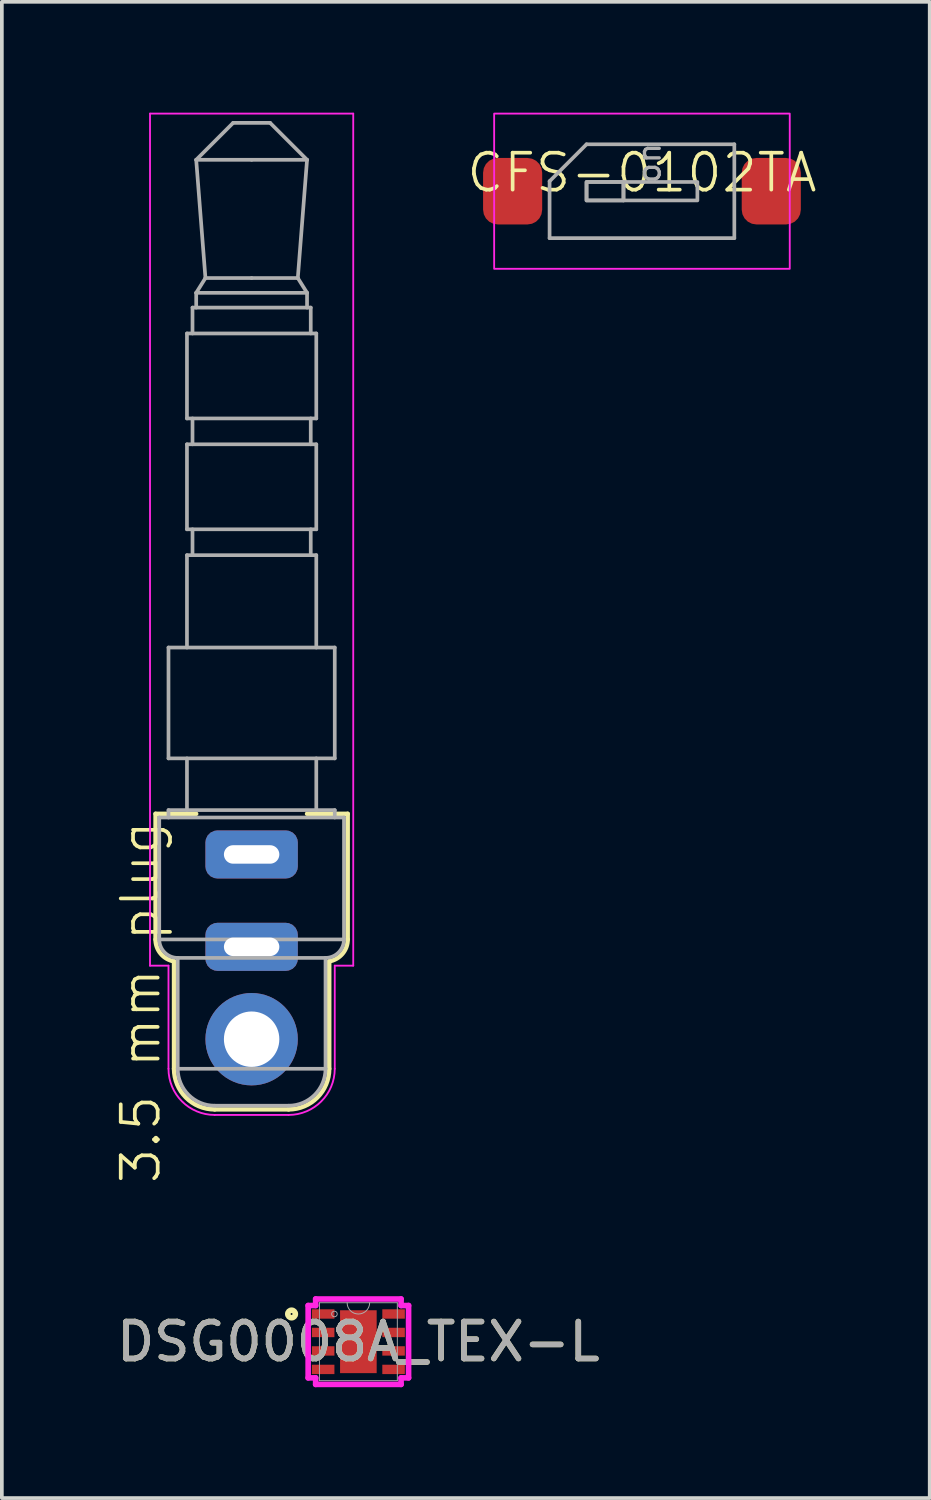
<source format=kicad_pcb>
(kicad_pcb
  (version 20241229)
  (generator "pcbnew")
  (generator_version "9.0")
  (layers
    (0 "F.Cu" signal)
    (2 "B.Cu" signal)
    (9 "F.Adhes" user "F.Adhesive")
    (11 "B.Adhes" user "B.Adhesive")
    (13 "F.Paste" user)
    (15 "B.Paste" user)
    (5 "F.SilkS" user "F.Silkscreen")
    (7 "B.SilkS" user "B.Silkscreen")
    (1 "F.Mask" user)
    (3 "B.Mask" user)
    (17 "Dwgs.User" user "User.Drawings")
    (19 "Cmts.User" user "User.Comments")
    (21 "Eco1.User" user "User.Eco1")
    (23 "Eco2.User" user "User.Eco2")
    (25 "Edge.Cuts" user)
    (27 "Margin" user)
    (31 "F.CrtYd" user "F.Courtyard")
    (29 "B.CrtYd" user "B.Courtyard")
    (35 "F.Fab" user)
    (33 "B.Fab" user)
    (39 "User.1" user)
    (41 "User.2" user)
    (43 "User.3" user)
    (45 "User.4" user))
  (footprint "CFS-0102TA"
    (layer "F.Cu")
    (at 14.324 2.125)
    (property "Reference" "CFS-0102TA" (at 0 -0.5 0) (unlocked yes) (layer "F.SilkS") (effects (font (size 1 1) (thickness 0.1))))
    (attr smd)
    (fp_rect (start -4 -2.1) (end 4 2.1) (stroke (width 0.05) (type solid)) (fill no) (layer "F.CrtYd"))
    (fp_line (start -2.5 -0.27) (end -1.5 -1.27) (stroke (width 0.1) (type solid)) (layer "F.Fab"))
    (fp_line (start -2.5 1.27) (end -2.5 -0.27) (stroke (width 0.1) (type solid)) (layer "F.Fab"))
    (fp_line (start -1.5 -1.27) (end 2.5 -1.27) (stroke (width 0.1) (type solid)) (layer "F.Fab"))
    (fp_line (start -0.5 -0.25) (end -0.5 0.25) (stroke (width 0.1) (type solid)) (layer "F.Fab"))
    (fp_line (start 2.5 -1.27) (end 2.5 1.27) (stroke (width 0.1) (type solid)) (layer "F.Fab"))
    (fp_line (start 2.5 1.27) (end -2.5 1.27) (stroke (width 0.1) (type solid)) (layer "F.Fab"))
    (fp_rect (start -1.5 -0.25) (end -0.5 0.25) (stroke (width 0.1) (type solid)) (fill no) (layer "F.Fab"))
    (fp_rect (start -1.5 -0.25) (end 1.5 0.25) (stroke (width 0.1) (type solid)) (fill no) (layer "F.Fab"))
    (fp_text user "on" (at 0.195 -0.76 270) (layer "F.Fab") (effects (font (size 0.6 0.6) (thickness 0.09))))
    (pad "1" smd roundrect (at -3.5 0) (size 1.6 1.8) (layers "F.Cu" "F.Mask" "F.Paste") (roundrect_rratio 0.25))
    (pad "2" smd roundrect (at 3.5 0) (size 1.6 1.8) (layers "F.Cu" "F.Mask" "F.Paste") (roundrect_rratio 0.25)))
  (footprint "3.5 mm plug"
    (layer "F.Cu")
    (at 3.76 19.075)
    (property "Reference" "3.5 mm plug" (at -3 5 90) (unlocked yes) (layer "F.SilkS") (effects (font (size 1 1) (thickness 0.1))))
    (attr smd)
    (fp_line (start -2.6 -0.1) (end -1.5 -0.1) (stroke (width 0.12) (type solid)) (layer "F.SilkS"))
    (fp_line (start -2.6 3.3) (end -2.6 -0.1) (stroke (width 0.12) (type solid)) (layer "F.SilkS"))
    (fp_line (start -2.1 6.8) (end -2.1 3.892) (stroke (width 0.12) (type solid)) (layer "F.SilkS"))
    (fp_line (start 1 7.9) (end -1 7.9) (stroke (width 0.12) (type solid)) (layer "F.SilkS"))
    (fp_line (start 1.5 -0.1) (end 2.6 -0.1) (stroke (width 0.12) (type solid)) (layer "F.SilkS"))
    (fp_line (start 2.1 3.892) (end 2.1 6.8) (stroke (width 0.12) (type solid)) (layer "F.SilkS"))
    (fp_line (start 2.6 -0.1) (end 2.6 3.3) (stroke (width 0.12) (type solid)) (layer "F.SilkS"))
    (fp_arc (start -2.1 3.891608) (mid -2.458258 3.687298) (end -2.6 3.3) (stroke (width 0.12) (type solid)) (layer "F.SilkS"))
    (fp_arc (start -1 7.9) (mid -1.777817 7.577817) (end -2.1 6.8) (stroke (width 0.12) (type solid)) (layer "F.SilkS"))
    (fp_arc (start 2.1 6.8) (mid 1.777817 7.577817) (end 1 7.9) (stroke (width 0.12) (type solid)) (layer "F.SilkS"))
    (fp_arc (start 2.6 3.3) (mid 2.458258 3.687298) (end 2.1 3.891608) (stroke (width 0.12) (type solid)) (layer "F.SilkS"))
    (fp_line (start -2.75 -19.05) (end 2.75 -19.05) (stroke (width 0.05) (type solid)) (layer "F.CrtYd"))
    (fp_line (start -2.75 4.01) (end -2.75 -19.05) (stroke (width 0.05) (type solid)) (layer "F.CrtYd"))
    (fp_line (start -2.75 4.01) (end -2.25 4.01) (stroke (width 0.05) (type solid)) (layer "F.CrtYd"))
    (fp_line (start -2.25 6.8) (end -2.25 4.01) (stroke (width 0.05) (type solid)) (layer "F.CrtYd"))
    (fp_line (start 1 8.05) (end -1 8.05) (stroke (width 0.05) (type solid)) (layer "F.CrtYd"))
    (fp_line (start 2.25 4.01) (end 2.25 6.8) (stroke (width 0.05) (type solid)) (layer "F.CrtYd"))
    (fp_line (start 2.25 4.01) (end 2.75 4.01) (stroke (width 0.05) (type solid)) (layer "F.CrtYd"))
    (fp_line (start 2.75 -19.05) (end 2.75 4.01) (stroke (width 0.05) (type solid)) (layer "F.CrtYd"))
    (fp_arc (start -1 8.05) (mid -1.883883 7.683883) (end -2.25 6.8) (stroke (width 0.05) (type solid)) (layer "F.CrtYd"))
    (fp_arc (start 2.25 6.8) (mid 1.883883 7.683883) (end 1 8.05) (stroke (width 0.05) (type solid)) (layer "F.CrtYd"))
    (fp_line (start -2.5 0) (end 2.5 0) (stroke (width 0.1) (type solid)) (layer "F.Fab"))
    (fp_line (start -2.5 3.3) (end -2.5 0) (stroke (width 0.1) (type solid)) (layer "F.Fab"))
    (fp_line (start -2.5 3.3) (end 2.5 3.3) (stroke (width 0.1) (type solid)) (layer "F.Fab"))
    (fp_line (start -2.25 -4.6) (end -2.25 -1.6) (stroke (width 0.1) (type solid)) (layer "F.Fab"))
    (fp_line (start -2.25 -0.2) (end -2.25 0) (stroke (width 0.1) (type solid)) (layer "F.Fab"))
    (fp_line (start -2 3.8) (end 2 3.8) (stroke (width 0.1) (type solid)) (layer "F.Fab"))
    (fp_line (start -2 6.8) (end -2 3.8) (stroke (width 0.1) (type solid)) (layer "F.Fab"))
    (fp_line (start -2 6.8) (end 2 6.8) (stroke (width 0.1) (type solid)) (layer "F.Fab"))
    (fp_line (start -1.75 -13.1) (end -1.75 -10.8) (stroke (width 0.1) (type solid)) (layer "F.Fab"))
    (fp_line (start -1.75 -13.1) (end 1.75 -13.1) (stroke (width 0.1) (type solid)) (layer "F.Fab"))
    (fp_line (start -1.75 -10.8) (end 1.75 -10.8) (stroke (width 0.1) (type solid)) (layer "F.Fab"))
    (fp_line (start -1.75 -10.1) (end -1.75 -7.8) (stroke (width 0.1) (type solid)) (layer "F.Fab"))
    (fp_line (start -1.75 -10.1) (end 1.75 -10.1) (stroke (width 0.1) (type solid)) (layer "F.Fab"))
    (fp_line (start -1.75 -7.8) (end 1.75 -7.8) (stroke (width 0.1) (type solid)) (layer "F.Fab"))
    (fp_line (start -1.75 -7.1) (end -1.75 -4.6) (stroke (width 0.1) (type solid)) (layer "F.Fab"))
    (fp_line (start -1.75 -7.1) (end 1.75 -7.1) (stroke (width 0.1) (type solid)) (layer "F.Fab"))
    (fp_line (start -1.75 -1.6) (end -1.75 -0.2) (stroke (width 0.1) (type solid)) (layer "F.Fab"))
    (fp_line (start -1.6 -13.8) (end -1.6 -13.1) (stroke (width 0.1) (type solid)) (layer "F.Fab"))
    (fp_line (start -1.6 -13.8) (end 1.6 -13.8) (stroke (width 0.1) (type solid)) (layer "F.Fab"))
    (fp_line (start -1.6 -10.8) (end -1.6 -10.1) (stroke (width 0.1) (type solid)) (layer "F.Fab"))
    (fp_line (start -1.6 -7.8) (end -1.6 -7.1) (stroke (width 0.1) (type solid)) (layer "F.Fab"))
    (fp_line (start -1.5 -17.8) (end -1.25 -14.6) (stroke (width 0.1) (type solid)) (layer "F.Fab"))
    (fp_line (start -1.5 -14.2) (end -1.5 -13.8) (stroke (width 0.1) (type solid)) (layer "F.Fab"))
    (fp_line (start -1.5 -14.2) (end 1.5 -14.2) (stroke (width 0.1) (type solid)) (layer "F.Fab"))
    (fp_line (start -1.25 -14.6) (end -1.5 -14.2) (stroke (width 0.1) (type solid)) (layer "F.Fab"))
    (fp_line (start -0.5 -18.8) (end -1.5 -17.8) (stroke (width 0.1) (type solid)) (layer "F.Fab"))
    (fp_line (start 0 -17.8) (end -1.5 -17.8) (stroke (width 0.1) (type solid)) (layer "F.Fab"))
    (fp_line (start 0 -14.6) (end -1.25 -14.6) (stroke (width 0.1) (type solid)) (layer "F.Fab"))
    (fp_line (start 0.5 -18.8) (end -0.5 -18.8) (stroke (width 0.1) (type solid)) (layer "F.Fab"))
    (fp_line (start 1 7.8) (end -1 7.8) (stroke (width 0.1) (type solid)) (layer "F.Fab"))
    (fp_line (start 1.25 -14.6) (end 0 -14.6) (stroke (width 0.1) (type solid)) (layer "F.Fab"))
    (fp_line (start 1.25 -14.6) (end 1.5 -17.8) (stroke (width 0.1) (type solid)) (layer "F.Fab"))
    (fp_line (start 1.5 -17.8) (end 0 -17.8) (stroke (width 0.1) (type solid)) (layer "F.Fab"))
    (fp_line (start 1.5 -17.8) (end 0.5 -18.8) (stroke (width 0.1) (type solid)) (layer "F.Fab"))
    (fp_line (start 1.5 -14.2) (end 1.25 -14.6) (stroke (width 0.1) (type solid)) (layer "F.Fab"))
    (fp_line (start 1.5 -13.8) (end 1.5 -14.2) (stroke (width 0.1) (type solid)) (layer "F.Fab"))
    (fp_line (start 1.6 -13.1) (end 1.6 -13.8) (stroke (width 0.1) (type solid)) (layer "F.Fab"))
    (fp_line (start 1.6 -10.1) (end 1.6 -10.8) (stroke (width 0.1) (type solid)) (layer "F.Fab"))
    (fp_line (start 1.6 -7.1) (end 1.6 -7.8) (stroke (width 0.1) (type solid)) (layer "F.Fab"))
    (fp_line (start 1.75 -10.8) (end 1.75 -13.1) (stroke (width 0.1) (type solid)) (layer "F.Fab"))
    (fp_line (start 1.75 -7.8) (end 1.75 -10.1) (stroke (width 0.1) (type solid)) (layer "F.Fab"))
    (fp_line (start 1.75 -4.6) (end 1.75 -7.1) (stroke (width 0.1) (type solid)) (layer "F.Fab"))
    (fp_line (start 1.75 -0.2) (end 1.75 -1.6) (stroke (width 0.1) (type solid)) (layer "F.Fab"))
    (fp_line (start 2 3.8) (end 2 6.8) (stroke (width 0.1) (type solid)) (layer "F.Fab"))
    (fp_line (start 2.25 -4.6) (end -2.25 -4.6) (stroke (width 0.1) (type solid)) (layer "F.Fab"))
    (fp_line (start 2.25 -1.6) (end -2.25 -1.6) (stroke (width 0.1) (type solid)) (layer "F.Fab"))
    (fp_line (start 2.25 -1.6) (end 2.25 -4.6) (stroke (width 0.1) (type solid)) (layer "F.Fab"))
    (fp_line (start 2.25 -0.2) (end -2.25 -0.2) (stroke (width 0.1) (type solid)) (layer "F.Fab"))
    (fp_line (start 2.25 0) (end 2.25 -0.2) (stroke (width 0.1) (type solid)) (layer "F.Fab"))
    (fp_line (start 2.5 0) (end 2.5 3.3) (stroke (width 0.1) (type solid)) (layer "F.Fab"))
    (fp_arc (start -2 3.8) (mid -2.353553 3.653553) (end -2.5 3.3) (stroke (width 0.1) (type solid)) (layer "F.Fab"))
    (fp_arc (start -1 7.8) (mid -1.707107 7.507107) (end -2 6.8) (stroke (width 0.1) (type solid)) (layer "F.Fab"))
    (fp_arc (start 2 6.8) (mid 1.707107 7.507107) (end 1 7.8) (stroke (width 0.1) (type solid)) (layer "F.Fab"))
    (fp_arc (start 2.5 3.3) (mid 2.353553 3.653553) (end 2 3.8) (stroke (width 0.1) (type solid)) (layer "F.Fab"))
    (pad "R" thru_hole roundrect (at 0 3.5) (size 2.5 1.3) (drill oval 1.5 0.5) (layers "*.Cu" "*.Mask") (roundrect_rratio 0.25))
    (pad "S" thru_hole roundrect (at 0 1) (size 2.5 1.3) (drill oval 1.5 0.5) (layers "*.Cu" "*.Mask") (roundrect_rratio 0.25))
    (pad "T" thru_hole circle (at 0 6) (size 2.5 2.5) (drill 1.5) (layers "*.Cu" "*.Mask")))
  (footprint "DSG0008A_TEX-L"
    (layer "F.Cu")
    (at 6.649 33.262)
    (property "Reference" "DSG0008A_TEX-L" (at 0 0 0) (unlocked yes) (layer "F.SilkS") (effects (font (size 1 1) (thickness 0.15))))
    (attr smd)
    (fp_circle (center -1.808 -0.75) (end -1.706 -0.75) (stroke (width 0.152) (type solid)) (fill no) (layer "F.SilkS"))
    (fp_line (start -1.359 -0.979) (end -1.156 -0.979) (stroke (width 0.152) (type solid)) (layer "F.CrtYd"))
    (fp_line (start -1.359 0.979) (end -1.359 -0.979) (stroke (width 0.152) (type solid)) (layer "F.CrtYd"))
    (fp_line (start -1.359 0.979) (end -1.156 0.979) (stroke (width 0.152) (type solid)) (layer "F.CrtYd"))
    (fp_line (start -1.156 -1.156) (end 1.156 -1.156) (stroke (width 0.152) (type solid)) (layer "F.CrtYd"))
    (fp_line (start -1.156 -0.979) (end -1.156 -1.156) (stroke (width 0.152) (type solid)) (layer "F.CrtYd"))
    (fp_line (start -1.156 1.156) (end -1.156 0.979) (stroke (width 0.152) (type solid)) (layer "F.CrtYd"))
    (fp_line (start 1.156 -1.156) (end 1.156 -0.979) (stroke (width 0.152) (type solid)) (layer "F.CrtYd"))
    (fp_line (start 1.156 0.979) (end 1.156 1.156) (stroke (width 0.152) (type solid)) (layer "F.CrtYd"))
    (fp_line (start 1.156 1.156) (end -1.156 1.156) (stroke (width 0.152) (type solid)) (layer "F.CrtYd"))
    (fp_line (start 1.359 -0.979) (end 1.156 -0.979) (stroke (width 0.152) (type solid)) (layer "F.CrtYd"))
    (fp_line (start 1.359 -0.979) (end 1.359 0.979) (stroke (width 0.152) (type solid)) (layer "F.CrtYd"))
    (fp_line (start 1.359 0.979) (end 1.156 0.979) (stroke (width 0.152) (type solid)) (layer "F.CrtYd"))
    (fp_line (start -1.054 -1.054) (end -1.054 1.054) (stroke (width 0.025) (type solid)) (layer "F.Fab"))
    (fp_line (start -1.054 1.054) (end 1.054 1.054) (stroke (width 0.025) (type solid)) (layer "F.Fab"))
    (fp_line (start 1.054 -1.054) (end -1.054 -1.054) (stroke (width 0.025) (type solid)) (layer "F.Fab"))
    (fp_line (start 1.054 1.054) (end 1.054 -1.054) (stroke (width 0.025) (type solid)) (layer "F.Fab"))
    (fp_arc (start 0.3048 -1.0541) (mid 0 -0.7493) (end -0.3048 -1.0541) (stroke (width 0.0254) (type solid)) (layer "F.Fab"))
    (fp_circle (center -0.648 -0.75) (end -0.572 -0.75) (stroke (width 0.025) (type solid)) (fill no) (layer "F.Fab"))
    (fp_text user "${REFERENCE}" (at 0 0 0) (unlocked yes) (layer "F.Fab") (effects (font (size 1 1) (thickness 0.15))))
    (pad "1" smd rect (at -0.953 -0.75) (size 0.61 0.254) (layers "F.Cu" "F.Mask" "F.Paste"))
    (pad "2" smd rect (at -0.953 -0.25) (size 0.61 0.254) (layers "F.Cu" "F.Mask" "F.Paste"))
    (pad "3" smd rect (at -0.953 0.25) (size 0.61 0.254) (layers "F.Cu" "F.Mask" "F.Paste"))
    (pad "4" smd rect (at -0.953 0.75) (size 0.61 0.254) (layers "F.Cu" "F.Mask" "F.Paste"))
    (pad "5" smd rect (at 0.953 0.75) (size 0.61 0.254) (layers "F.Cu" "F.Mask" "F.Paste"))
    (pad "6" smd rect (at 0.953 0.25) (size 0.61 0.254) (layers "F.Cu" "F.Mask" "F.Paste"))
    (pad "7" smd rect (at 0.953 -0.25) (size 0.61 0.254) (layers "F.Cu" "F.Mask" "F.Paste"))
    (pad "8" smd rect (at 0.953 -0.75) (size 0.61 0.254) (layers "F.Cu" "F.Mask" "F.Paste"))
    (pad "9" smd rect (at 0 0) (size 0.991 1.702) (layers "F.Cu" "F.Mask" "F.Paste")))
  (gr_rect
    (start -3 -3)
    (end 22.112 37.494)
    (stroke (width 0.1) (type default))
    (fill no)
    (layer "Edge.Cuts")))
</source>
